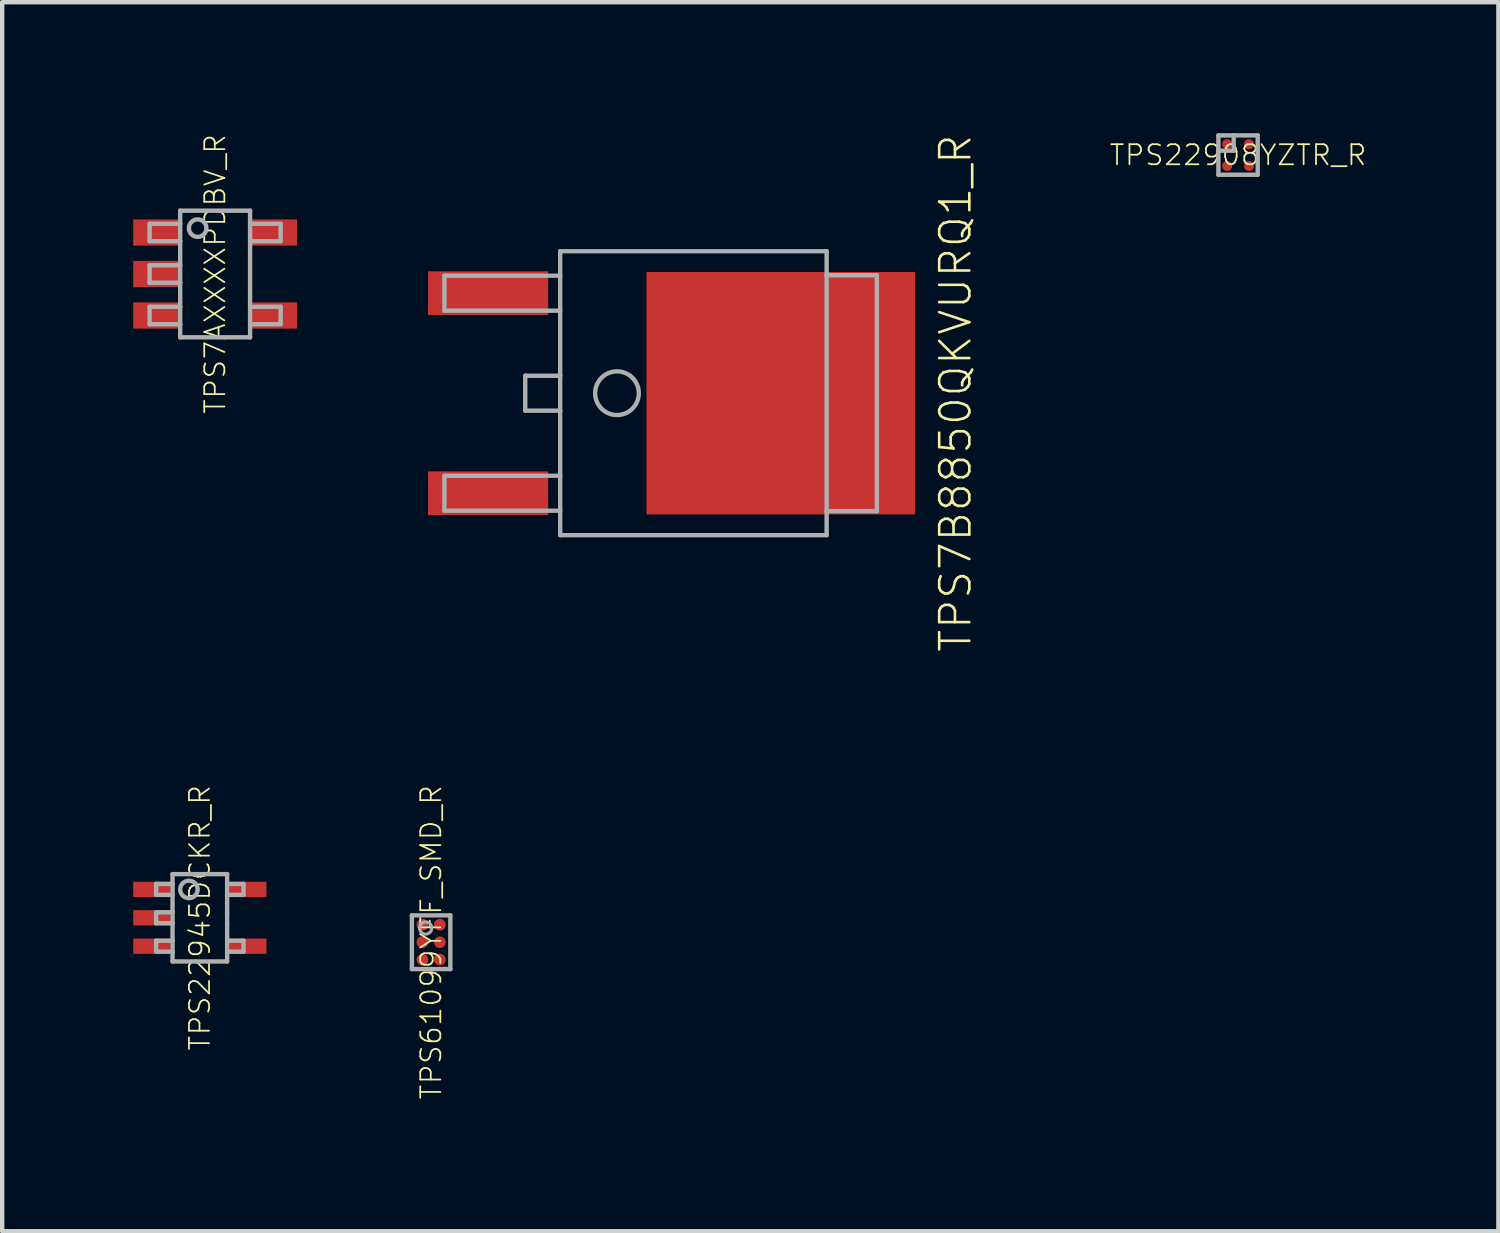
<source format=kicad_pcb>
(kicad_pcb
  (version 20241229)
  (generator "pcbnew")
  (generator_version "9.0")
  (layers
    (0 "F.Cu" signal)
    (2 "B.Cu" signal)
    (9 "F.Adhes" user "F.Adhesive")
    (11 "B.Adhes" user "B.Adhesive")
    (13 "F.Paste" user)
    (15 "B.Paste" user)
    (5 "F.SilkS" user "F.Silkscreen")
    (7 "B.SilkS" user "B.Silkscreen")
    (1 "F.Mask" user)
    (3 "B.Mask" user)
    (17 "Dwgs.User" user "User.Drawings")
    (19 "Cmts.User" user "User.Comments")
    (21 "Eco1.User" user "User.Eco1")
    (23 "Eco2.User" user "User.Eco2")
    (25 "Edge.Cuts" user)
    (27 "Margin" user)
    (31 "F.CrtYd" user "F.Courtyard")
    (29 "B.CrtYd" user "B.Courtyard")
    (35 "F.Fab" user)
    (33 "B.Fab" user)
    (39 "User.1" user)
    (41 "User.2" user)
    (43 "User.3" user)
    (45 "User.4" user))
  (footprint "TPS7B8850QKVURQ1_R"
    (layer "F.Cu")
    (at 12.325 5.952)
    (property "Reference" "TPS7B8850QKVURQ1_R" (at 6.5 0 90) (unlocked yes) (layer "F.SilkS") (effects (font (size 0.69 0.69) (thickness 0.06))))
    (fp_poly (pts (xy -0.35 -1.43) (xy 0.63 -1.43) (xy 0.63 -2.56) (xy -0.35 -2.56)) (stroke (width 0) (type default)) (fill yes) (layer "F.Paste"))
    (fp_poly (pts (xy -0.35 -0.1) (xy 0.63 -0.1) (xy 0.63 -1.23) (xy -0.35 -1.23)) (stroke (width 0) (type default)) (fill yes) (layer "F.Paste"))
    (fp_poly (pts (xy -0.35 1.23) (xy 0.63 1.23) (xy 0.63 0.1) (xy -0.35 0.1)) (stroke (width 0) (type default)) (fill yes) (layer "F.Paste"))
    (fp_poly (pts (xy -0.35 2.56) (xy 0.63 2.56) (xy 0.63 1.43) (xy -0.35 1.43)) (stroke (width 0) (type default)) (fill yes) (layer "F.Paste"))
    (fp_poly (pts (xy 0.83 -1.43) (xy 1.81 -1.43) (xy 1.81 -2.56) (xy 0.83 -2.56)) (stroke (width 0) (type default)) (fill yes) (layer "F.Paste"))
    (fp_poly (pts (xy 0.83 -0.1) (xy 1.81 -0.1) (xy 1.81 -1.23) (xy 0.83 -1.23)) (stroke (width 0) (type default)) (fill yes) (layer "F.Paste"))
    (fp_poly (pts (xy 0.83 1.23) (xy 1.81 1.23) (xy 1.81 0.1) (xy 0.83 0.1)) (stroke (width 0) (type default)) (fill yes) (layer "F.Paste"))
    (fp_poly (pts (xy 0.83 2.56) (xy 1.81 2.56) (xy 1.81 1.43) (xy 0.83 1.43)) (stroke (width 0) (type default)) (fill yes) (layer "F.Paste"))
    (fp_poly (pts (xy 2.01 -1.43) (xy 2.99 -1.43) (xy 2.99 -2.56) (xy 2.01 -2.56)) (stroke (width 0) (type default)) (fill yes) (layer "F.Paste"))
    (fp_poly (pts (xy 2.01 -0.1) (xy 2.99 -0.1) (xy 2.99 -1.23) (xy 2.01 -1.23)) (stroke (width 0) (type default)) (fill yes) (layer "F.Paste"))
    (fp_poly (pts (xy 2.01 1.23) (xy 2.99 1.23) (xy 2.99 0.1) (xy 2.01 0.1)) (stroke (width 0) (type default)) (fill yes) (layer "F.Paste"))
    (fp_poly (pts (xy 2.01 2.56) (xy 2.99 2.56) (xy 2.99 1.43) (xy 2.01 1.43)) (stroke (width 0) (type default)) (fill yes) (layer "F.Paste"))
    (fp_poly (pts (xy 3.19 -1.43) (xy 4.17 -1.43) (xy 4.17 -2.56) (xy 3.19 -2.56)) (stroke (width 0) (type default)) (fill yes) (layer "F.Paste"))
    (fp_poly (pts (xy 3.19 -0.1) (xy 4.17 -0.1) (xy 4.17 -1.23) (xy 3.19 -1.23)) (stroke (width 0) (type default)) (fill yes) (layer "F.Paste"))
    (fp_poly (pts (xy 3.19 1.23) (xy 4.17 1.23) (xy 4.17 0.1) (xy 3.19 0.1)) (stroke (width 0) (type default)) (fill yes) (layer "F.Paste"))
    (fp_poly (pts (xy 3.19 2.56) (xy 4.17 2.56) (xy 4.17 1.43) (xy 3.19 1.43)) (stroke (width 0) (type default)) (fill yes) (layer "F.Paste"))
    (fp_poly (pts (xy 4.37 -1.43) (xy 5.35 -1.43) (xy 5.35 -2.56) (xy 4.37 -2.56)) (stroke (width 0) (type default)) (fill yes) (layer "F.Paste"))
    (fp_poly (pts (xy 4.37 -0.1) (xy 5.35 -0.1) (xy 5.35 -1.23) (xy 4.37 -1.23)) (stroke (width 0) (type default)) (fill yes) (layer "F.Paste"))
    (fp_poly (pts (xy 4.37 1.23) (xy 5.35 1.23) (xy 5.35 0.1) (xy 4.37 0.1)) (stroke (width 0) (type default)) (fill yes) (layer "F.Paste"))
    (fp_poly (pts (xy 4.37 2.56) (xy 5.35 2.56) (xy 5.35 1.43) (xy 4.37 1.43)) (stroke (width 0) (type default)) (fill yes) (layer "F.Paste"))
    (fp_line (start -5.2 -2.69) (end -5.2 -1.89) (stroke (width 0.1) (type solid)) (layer "F.Fab"))
    (fp_line (start -5.2 -1.89) (end -2.55 -1.89) (stroke (width 0.1) (type solid)) (layer "F.Fab"))
    (fp_line (start -5.2 1.89) (end -5.2 2.69) (stroke (width 0.1) (type solid)) (layer "F.Fab"))
    (fp_line (start -5.2 2.69) (end -2.55 2.69) (stroke (width 0.1) (type solid)) (layer "F.Fab"))
    (fp_line (start -3.35 -0.4) (end -3.35 0.4) (stroke (width 0.1) (type solid)) (layer "F.Fab"))
    (fp_line (start -3.35 0.4) (end -2.55 0.4) (stroke (width 0.1) (type solid)) (layer "F.Fab"))
    (fp_line (start -2.55 -3.25) (end -2.55 -0.4) (stroke (width 0.1) (type solid)) (layer "F.Fab"))
    (fp_line (start -2.55 -2.69) (end -5.2 -2.69) (stroke (width 0.1) (type solid)) (layer "F.Fab"))
    (fp_line (start -2.55 -0.4) (end -3.35 -0.4) (stroke (width 0.1) (type solid)) (layer "F.Fab"))
    (fp_line (start -2.55 -0.4) (end -2.55 0.4) (stroke (width 0.1) (type solid)) (layer "F.Fab"))
    (fp_line (start -2.55 0.4) (end -2.55 3.25) (stroke (width 0.1) (type solid)) (layer "F.Fab"))
    (fp_line (start -2.55 1.89) (end -5.2 1.89) (stroke (width 0.1) (type solid)) (layer "F.Fab"))
    (fp_line (start -2.55 3.25) (end 3.55 3.25) (stroke (width 0.1) (type solid)) (layer "F.Fab"))
    (fp_line (start 3.55 -3.25) (end -2.55 -3.25) (stroke (width 0.1) (type solid)) (layer "F.Fab"))
    (fp_line (start 3.55 -2.7) (end 3.55 -3.25) (stroke (width 0.1) (type solid)) (layer "F.Fab"))
    (fp_line (start 3.55 -2.7) (end 4.7 -2.7) (stroke (width 0.1) (type solid)) (layer "F.Fab"))
    (fp_line (start 3.55 2.7) (end 3.55 -2.7) (stroke (width 0.1) (type solid)) (layer "F.Fab"))
    (fp_line (start 3.55 3.25) (end 3.55 2.7) (stroke (width 0.1) (type solid)) (layer "F.Fab"))
    (fp_line (start 4.7 -2.7) (end 4.7 2.7) (stroke (width 0.1) (type solid)) (layer "F.Fab"))
    (fp_line (start 4.7 2.7) (end 3.55 2.7) (stroke (width 0.1) (type solid)) (layer "F.Fab"))
    (fp_circle (center -1.25 0) (end -0.75 0) (stroke (width 0.1) (type solid)) (fill no) (layer "F.Fab"))
    (pad "0" smd rect (at 2.5 0) (size 6.15 5.55) (layers "F.Cu" "F.Mask"))
    (pad "1" smd rect (at -4.2 -2.29) (size 2.75 1) (layers "F.Cu" "F.Mask" "F.Paste"))
    (pad "3" smd rect (at -4.2 2.29) (size 2.75 1) (layers "F.Cu" "F.Mask" "F.Paste")))
  (footprint "TPS61099YFF_SMD_R"
    (layer "F.Cu")
    (at 6.82 18.521)
    (property "Reference" "TPS61099YFF_SMD_R" (at 0 0 90) (unlocked yes) (layer "F.SilkS") (effects (font (size 0.46 0.46) (thickness 0.04))))
    (fp_line (start -0.72 0.665) (end -0.49 0.665) (stroke (width 0.1) (type solid)) (layer "F.Mask"))
    (fp_line (start -0.49 0.665) (end -0.49 0.895) (stroke (width 0.1) (type solid)) (layer "F.Mask"))
    (fp_line (start -0.485 -0.9) (end -0.485 -0.67) (stroke (width 0.1) (type solid)) (layer "F.Mask"))
    (fp_line (start -0.485 -0.67) (end -0.715 -0.67) (stroke (width 0.1) (type solid)) (layer "F.Mask"))
    (fp_line (start 0.485 0.67) (end 0.715 0.67) (stroke (width 0.1) (type solid)) (layer "F.Mask"))
    (fp_line (start 0.485 0.9) (end 0.485 0.67) (stroke (width 0.1) (type solid)) (layer "F.Mask"))
    (fp_line (start 0.49 -0.665) (end 0.49 -0.895) (stroke (width 0.1) (type solid)) (layer "F.Mask"))
    (fp_line (start 0.72 -0.665) (end 0.49 -0.665) (stroke (width 0.1) (type solid)) (layer "F.Mask"))
    (fp_circle (center -0.2 -0.4) (end -0.15 -0.4) (stroke (width 0.1) (type solid)) (fill yes) (layer "F.Mask"))
    (fp_circle (center -0.2 0) (end -0.15 0) (stroke (width 0.1) (type solid)) (fill yes) (layer "F.Mask"))
    (fp_circle (center -0.2 0.4) (end -0.15 0.4) (stroke (width 0.1) (type solid)) (fill yes) (layer "F.Mask"))
    (fp_circle (center 0.2 -0.4) (end 0.25 -0.4) (stroke (width 0.1) (type solid)) (fill yes) (layer "F.Mask"))
    (fp_circle (center 0.2 0) (end 0.25 0) (stroke (width 0.1) (type solid)) (fill yes) (layer "F.Mask"))
    (fp_circle (center 0.2 0.4) (end 0.25 0.4) (stroke (width 0.1) (type solid)) (fill yes) (layer "F.Mask"))
    (fp_circle (center -0.2 -0.4) (end -0.144 -0.4) (stroke (width 0.113) (type solid)) (fill yes) (layer "F.Paste"))
    (fp_circle (center -0.2 0) (end -0.144 0) (stroke (width 0.113) (type solid)) (fill yes) (layer "F.Paste"))
    (fp_circle (center -0.2 0.4) (end -0.144 0.4) (stroke (width 0.113) (type solid)) (fill yes) (layer "F.Paste"))
    (fp_circle (center 0.2 -0.4) (end 0.256 -0.4) (stroke (width 0.113) (type solid)) (fill yes) (layer "F.Paste"))
    (fp_circle (center 0.2 0) (end 0.256 0) (stroke (width 0.113) (type solid)) (fill yes) (layer "F.Paste"))
    (fp_circle (center 0.2 0.4) (end 0.256 0.4) (stroke (width 0.113) (type solid)) (fill yes) (layer "F.Paste"))
    (fp_line (start -0.44 -0.615) (end -0.44 0.615) (stroke (width 0.1) (type solid)) (layer "F.Fab"))
    (fp_line (start -0.44 0.615) (end 0.44 0.615) (stroke (width 0.1) (type solid)) (layer "F.Fab"))
    (fp_line (start 0.44 -0.615) (end -0.44 -0.615) (stroke (width 0.1) (type solid)) (layer "F.Fab"))
    (fp_line (start 0.44 0.615) (end 0.44 -0.615) (stroke (width 0.1) (type solid)) (layer "F.Fab"))
    (fp_circle (center -0.125 -0.325) (end 0.015 -0.325) (stroke (width 0.07) (type solid)) (fill no) (layer "F.Fab"))
    (pad "A1" smd roundrect (at -0.2 -0.4) (size 0.27 0.27) (layers "F.Cu") (roundrect_rratio 0.5))
    (pad "A2" smd roundrect (at 0.2 -0.4) (size 0.27 0.27) (layers "F.Cu") (roundrect_rratio 0.5))
    (pad "B1" smd roundrect (at -0.2 0) (size 0.27 0.27) (layers "F.Cu") (roundrect_rratio 0.5))
    (pad "B2" smd roundrect (at 0.2 0) (size 0.27 0.27) (layers "F.Cu") (roundrect_rratio 0.5))
    (pad "C1" smd roundrect (at -0.2 0.4) (size 0.27 0.27) (layers "F.Cu") (roundrect_rratio 0.5))
    (pad "C2" smd roundrect (at 0.2 0.4) (size 0.27 0.27) (layers "F.Cu") (roundrect_rratio 0.5)))
  (footprint "TPS22945DCKR_R"
    (layer "F.Cu")
    (at 1.525 17.962)
    (property "Reference" "TPS22945DCKR_R" (at 0 0 90) (unlocked yes) (layer "F.SilkS") (effects (font (size 0.46 0.46) (thickness 0.04))))
    (fp_line (start -1 -0.775) (end -1 -0.525) (stroke (width 0.1) (type solid)) (layer "F.Fab"))
    (fp_line (start -1 -0.525) (end -0.625 -0.525) (stroke (width 0.1) (type solid)) (layer "F.Fab"))
    (fp_line (start -1 -0.125) (end -1 0.125) (stroke (width 0.1) (type solid)) (layer "F.Fab"))
    (fp_line (start -1 0.125) (end -0.625 0.125) (stroke (width 0.1) (type solid)) (layer "F.Fab"))
    (fp_line (start -1 0.525) (end -1 0.775) (stroke (width 0.1) (type solid)) (layer "F.Fab"))
    (fp_line (start -1 0.775) (end -0.625 0.775) (stroke (width 0.1) (type solid)) (layer "F.Fab"))
    (fp_line (start -0.625 -1) (end -0.625 -0.775) (stroke (width 0.1) (type solid)) (layer "F.Fab"))
    (fp_line (start -0.625 -0.775) (end -1 -0.775) (stroke (width 0.1) (type solid)) (layer "F.Fab"))
    (fp_line (start -0.625 -0.775) (end -0.625 -0.525) (stroke (width 0.1) (type solid)) (layer "F.Fab"))
    (fp_line (start -0.625 -0.525) (end -0.625 -0.125) (stroke (width 0.1) (type solid)) (layer "F.Fab"))
    (fp_line (start -0.625 -0.125) (end -1 -0.125) (stroke (width 0.1) (type solid)) (layer "F.Fab"))
    (fp_line (start -0.625 -0.125) (end -0.625 0.125) (stroke (width 0.1) (type solid)) (layer "F.Fab"))
    (fp_line (start -0.625 0.125) (end -0.625 0.525) (stroke (width 0.1) (type solid)) (layer "F.Fab"))
    (fp_line (start -0.625 0.525) (end -1 0.525) (stroke (width 0.1) (type solid)) (layer "F.Fab"))
    (fp_line (start -0.625 0.525) (end -0.625 0.775) (stroke (width 0.1) (type solid)) (layer "F.Fab"))
    (fp_line (start -0.625 1) (end -0.625 0.775) (stroke (width 0.1) (type solid)) (layer "F.Fab"))
    (fp_line (start -0.625 1) (end 0.625 1) (stroke (width 0.1) (type solid)) (layer "F.Fab"))
    (fp_line (start 0.625 -1) (end -0.625 -1) (stroke (width 0.1) (type solid)) (layer "F.Fab"))
    (fp_line (start 0.625 -0.775) (end 0.625 -1) (stroke (width 0.1) (type solid)) (layer "F.Fab"))
    (fp_line (start 0.625 -0.525) (end 0.625 -0.775) (stroke (width 0.1) (type solid)) (layer "F.Fab"))
    (fp_line (start 0.625 -0.525) (end 1 -0.525) (stroke (width 0.1) (type solid)) (layer "F.Fab"))
    (fp_line (start 0.625 -0.125) (end 0.625 -0.525) (stroke (width 0.1) (type solid)) (layer "F.Fab"))
    (fp_line (start 0.625 0.125) (end 0.625 -0.125) (stroke (width 0.1) (type solid)) (layer "F.Fab"))
    (fp_line (start 0.625 0.525) (end 0.625 0.125) (stroke (width 0.1) (type solid)) (layer "F.Fab"))
    (fp_line (start 0.625 0.775) (end 0.625 0.525) (stroke (width 0.1) (type solid)) (layer "F.Fab"))
    (fp_line (start 0.625 0.775) (end 1 0.775) (stroke (width 0.1) (type solid)) (layer "F.Fab"))
    (fp_line (start 0.625 1) (end 0.625 0.775) (stroke (width 0.1) (type solid)) (layer "F.Fab"))
    (fp_line (start 1 -0.775) (end 0.625 -0.775) (stroke (width 0.1) (type solid)) (layer "F.Fab"))
    (fp_line (start 1 -0.525) (end 1 -0.775) (stroke (width 0.1) (type solid)) (layer "F.Fab"))
    (fp_line (start 1 0.525) (end 0.625 0.525) (stroke (width 0.1) (type solid)) (layer "F.Fab"))
    (fp_line (start 1 0.775) (end 1 0.525) (stroke (width 0.1) (type solid)) (layer "F.Fab"))
    (fp_circle (center -0.25 -0.65) (end -0.05 -0.65) (stroke (width 0.1) (type solid)) (fill no) (layer "F.Fab"))
    (pad "1" smd rect (at -1.1 -0.65) (size 0.85 0.35) (layers "F.Cu" "F.Mask" "F.Paste"))
    (pad "2" smd rect (at -1.1 0) (size 0.85 0.35) (layers "F.Cu" "F.Mask" "F.Paste"))
    (pad "3" smd rect (at -1.1 0.65) (size 0.85 0.35) (layers "F.Cu" "F.Mask" "F.Paste"))
    (pad "4" smd rect (at 1.1 0.65) (size 0.85 0.35) (layers "F.Cu" "F.Mask" "F.Paste"))
    (pad "5" smd rect (at 1.1 -0.65) (size 0.85 0.35) (layers "F.Cu" "F.Mask" "F.Paste")))
  (footprint "TPS7AXXXXPDBV_R"
    (layer "F.Cu")
    (at 1.875 3.223)
    (property "Reference" "TPS7AXXXXPDBV_R" (at 0 0 90) (unlocked yes) (layer "F.SilkS") (effects (font (size 0.46 0.46) (thickness 0.04))))
    (fp_poly (pts (xy -0.825 -0.65) (xy -1.875 -0.65) (xy -1.875 -1.25) (xy -0.825 -1.25)) (stroke (width 0) (type default)) (fill yes) (layer "F.Paste"))
    (fp_poly (pts (xy -0.825 0.3) (xy -1.875 0.3) (xy -1.875 -0.3) (xy -0.825 -0.3)) (stroke (width 0) (type default)) (fill yes) (layer "F.Paste"))
    (fp_poly (pts (xy -0.825 1.25) (xy -1.875 1.25) (xy -1.875 0.65) (xy -0.825 0.65)) (stroke (width 0) (type default)) (fill yes) (layer "F.Paste"))
    (fp_poly (pts (xy 1.875 -0.65) (xy 0.825 -0.65) (xy 0.825 -1.25) (xy 1.875 -1.25)) (stroke (width 0) (type default)) (fill yes) (layer "F.Paste"))
    (fp_poly (pts (xy 1.875 1.25) (xy 0.825 1.25) (xy 0.825 0.65) (xy 1.875 0.65)) (stroke (width 0) (type default)) (fill yes) (layer "F.Paste"))
    (fp_line (start -1.5 -1.15) (end -1.5 -0.75) (stroke (width 0.1) (type solid)) (layer "F.Fab"))
    (fp_line (start -1.5 -0.75) (end -0.8 -0.75) (stroke (width 0.1) (type solid)) (layer "F.Fab"))
    (fp_line (start -1.5 -0.2) (end -1.5 0.2) (stroke (width 0.1) (type solid)) (layer "F.Fab"))
    (fp_line (start -1.5 0.75) (end -1.5 1.15) (stroke (width 0.1) (type solid)) (layer "F.Fab"))
    (fp_line (start -0.8 -1.45) (end 0.8 -1.45) (stroke (width 0.1) (type solid)) (layer "F.Fab"))
    (fp_line (start -0.8 -1.15) (end -1.5 -1.15) (stroke (width 0.1) (type solid)) (layer "F.Fab"))
    (fp_line (start -0.8 -1.15) (end -0.8 -1.45) (stroke (width 0.1) (type solid)) (layer "F.Fab"))
    (fp_line (start -0.8 -0.75) (end -0.8 -1.15) (stroke (width 0.1) (type solid)) (layer "F.Fab"))
    (fp_line (start -0.8 -0.2) (end -1.5 -0.2) (stroke (width 0.1) (type solid)) (layer "F.Fab"))
    (fp_line (start -0.8 -0.2) (end -0.8 -0.75) (stroke (width 0.1) (type solid)) (layer "F.Fab"))
    (fp_line (start -0.8 0.2) (end -1.5 0.2) (stroke (width 0.1) (type solid)) (layer "F.Fab"))
    (fp_line (start -0.8 0.2) (end -0.8 -0.2) (stroke (width 0.1) (type solid)) (layer "F.Fab"))
    (fp_line (start -0.8 0.75) (end -1.5 0.75) (stroke (width 0.1) (type solid)) (layer "F.Fab"))
    (fp_line (start -0.8 0.75) (end -0.8 0.2) (stroke (width 0.1) (type solid)) (layer "F.Fab"))
    (fp_line (start -0.8 1.15) (end -1.5 1.15) (stroke (width 0.1) (type solid)) (layer "F.Fab"))
    (fp_line (start -0.8 1.15) (end -0.8 0.75) (stroke (width 0.1) (type solid)) (layer "F.Fab"))
    (fp_line (start -0.8 1.45) (end -0.8 1.15) (stroke (width 0.1) (type solid)) (layer "F.Fab"))
    (fp_line (start 0.8 -1.45) (end 0.8 -1.15) (stroke (width 0.1) (type solid)) (layer "F.Fab"))
    (fp_line (start 0.8 -1.15) (end 0.8 -0.75) (stroke (width 0.1) (type solid)) (layer "F.Fab"))
    (fp_line (start 0.8 -0.75) (end 0.8 0.75) (stroke (width 0.1) (type solid)) (layer "F.Fab"))
    (fp_line (start 0.8 0.75) (end 0.8 1.15) (stroke (width 0.1) (type solid)) (layer "F.Fab"))
    (fp_line (start 0.8 1.15) (end 0.8 1.45) (stroke (width 0.1) (type solid)) (layer "F.Fab"))
    (fp_line (start 0.8 1.45) (end -0.8 1.45) (stroke (width 0.1) (type solid)) (layer "F.Fab"))
    (fp_line (start 1.5 -1.15) (end 0.8 -1.15) (stroke (width 0.1) (type solid)) (layer "F.Fab"))
    (fp_line (start 1.5 -1.15) (end 1.5 -0.75) (stroke (width 0.1) (type solid)) (layer "F.Fab"))
    (fp_line (start 1.5 -0.75) (end 0.8 -0.75) (stroke (width 0.1) (type solid)) (layer "F.Fab"))
    (fp_line (start 1.5 0.75) (end 0.8 0.75) (stroke (width 0.1) (type solid)) (layer "F.Fab"))
    (fp_line (start 1.5 0.75) (end 1.5 1.15) (stroke (width 0.1) (type solid)) (layer "F.Fab"))
    (fp_line (start 1.5 1.15) (end 0.8 1.15) (stroke (width 0.1) (type solid)) (layer "F.Fab"))
    (fp_circle (center -0.4 -1.05) (end -0.2 -1.05) (stroke (width 0.1) (type solid)) (fill no) (layer "F.Fab"))
    (pad "1" smd rect (at -1.35 -0.95) (size 1.05 0.6) (layers "F.Cu" "F.Mask"))
    (pad "2" smd rect (at -1.35 0) (size 1.05 0.6) (layers "F.Cu" "F.Mask"))
    (pad "3" smd rect (at -1.35 0.95) (size 1.05 0.6) (layers "F.Cu" "F.Mask"))
    (pad "4" smd rect (at 1.35 0.95) (size 1.05 0.6) (layers "F.Cu" "F.Mask"))
    (pad "5" smd rect (at 1.35 -0.95) (size 1.05 0.6) (layers "F.Cu" "F.Mask")))
  (footprint "TPS22908YZTR_R"
    (layer "F.Cu")
    (at 25.294 0.5)
    (property "Reference" "TPS22908YZTR_R" (at 0 0 0) (unlocked yes) (layer "F.SilkS") (effects (font (size 0.46 0.46) (thickness 0.04))))
    (fp_circle (center -0.25 -0.25) (end -0.168 -0.25) (stroke (width 0.165) (type solid)) (fill yes) (layer "F.Mask"))
    (fp_circle (center -0.25 0.25) (end -0.168 0.25) (stroke (width 0.165) (type solid)) (fill yes) (layer "F.Mask"))
    (fp_circle (center 0.25 -0.25) (end 0.333 -0.25) (stroke (width 0.165) (type solid)) (fill yes) (layer "F.Mask"))
    (fp_circle (center 0.25 0.25) (end 0.333 0.25) (stroke (width 0.165) (type solid)) (fill yes) (layer "F.Mask"))
    (fp_poly (pts (xy -0.125 -0.125) (xy -0.375 -0.125) (xy -0.375 -0.375) (xy -0.125 -0.375)) (stroke (width 0) (type default)) (fill yes) (layer "F.Paste"))
    (fp_poly (pts (xy -0.125 0.375) (xy -0.375 0.375) (xy -0.375 0.125) (xy -0.125 0.125)) (stroke (width 0) (type default)) (fill yes) (layer "F.Paste"))
    (fp_poly (pts (xy 0.375 -0.125) (xy 0.125 -0.125) (xy 0.125 -0.375) (xy 0.375 -0.375)) (stroke (width 0) (type default)) (fill yes) (layer "F.Paste"))
    (fp_poly (pts (xy 0.375 0.375) (xy 0.125 0.375) (xy 0.125 0.125) (xy 0.375 0.125)) (stroke (width 0) (type default)) (fill yes) (layer "F.Paste"))
    (fp_line (start -0.45 -0.45) (end -0.1 -0.45) (stroke (width 0.1) (type solid)) (layer "F.Fab"))
    (fp_line (start -0.45 -0.1) (end -0.45 -0.45) (stroke (width 0.1) (type solid)) (layer "F.Fab"))
    (fp_line (start -0.45 -0.1) (end -0.1 -0.1) (stroke (width 0.1) (type solid)) (layer "F.Fab"))
    (fp_line (start -0.45 0.45) (end -0.45 -0.1) (stroke (width 0.1) (type solid)) (layer "F.Fab"))
    (fp_line (start -0.1 -0.45) (end 0.45 -0.45) (stroke (width 0.1) (type solid)) (layer "F.Fab"))
    (fp_line (start -0.1 -0.1) (end -0.1 -0.45) (stroke (width 0.1) (type solid)) (layer "F.Fab"))
    (fp_line (start 0.45 -0.45) (end 0.45 0.45) (stroke (width 0.1) (type solid)) (layer "F.Fab"))
    (fp_line (start 0.45 0.45) (end -0.45 0.45) (stroke (width 0.1) (type solid)) (layer "F.Fab"))
    (pad "A1" smd roundrect (at -0.25 -0.25) (size 0.23 0.23) (layers "F.Cu") (roundrect_rratio 0.5))
    (pad "A2" smd roundrect (at 0.25 -0.25) (size 0.23 0.23) (layers "F.Cu") (roundrect_rratio 0.5))
    (pad "B1" smd roundrect (at -0.25 0.25) (size 0.23 0.23) (layers "F.Cu") (roundrect_rratio 0.5))
    (pad "B2" smd roundrect (at 0.25 0.25) (size 0.23 0.23) (layers "F.Cu") (roundrect_rratio 0.5)))
  (gr_rect
    (start -3 -3)
    (end 31.254 25.138)
    (stroke (width 0.1) (type default))
    (fill no)
    (layer "Edge.Cuts")))
</source>
